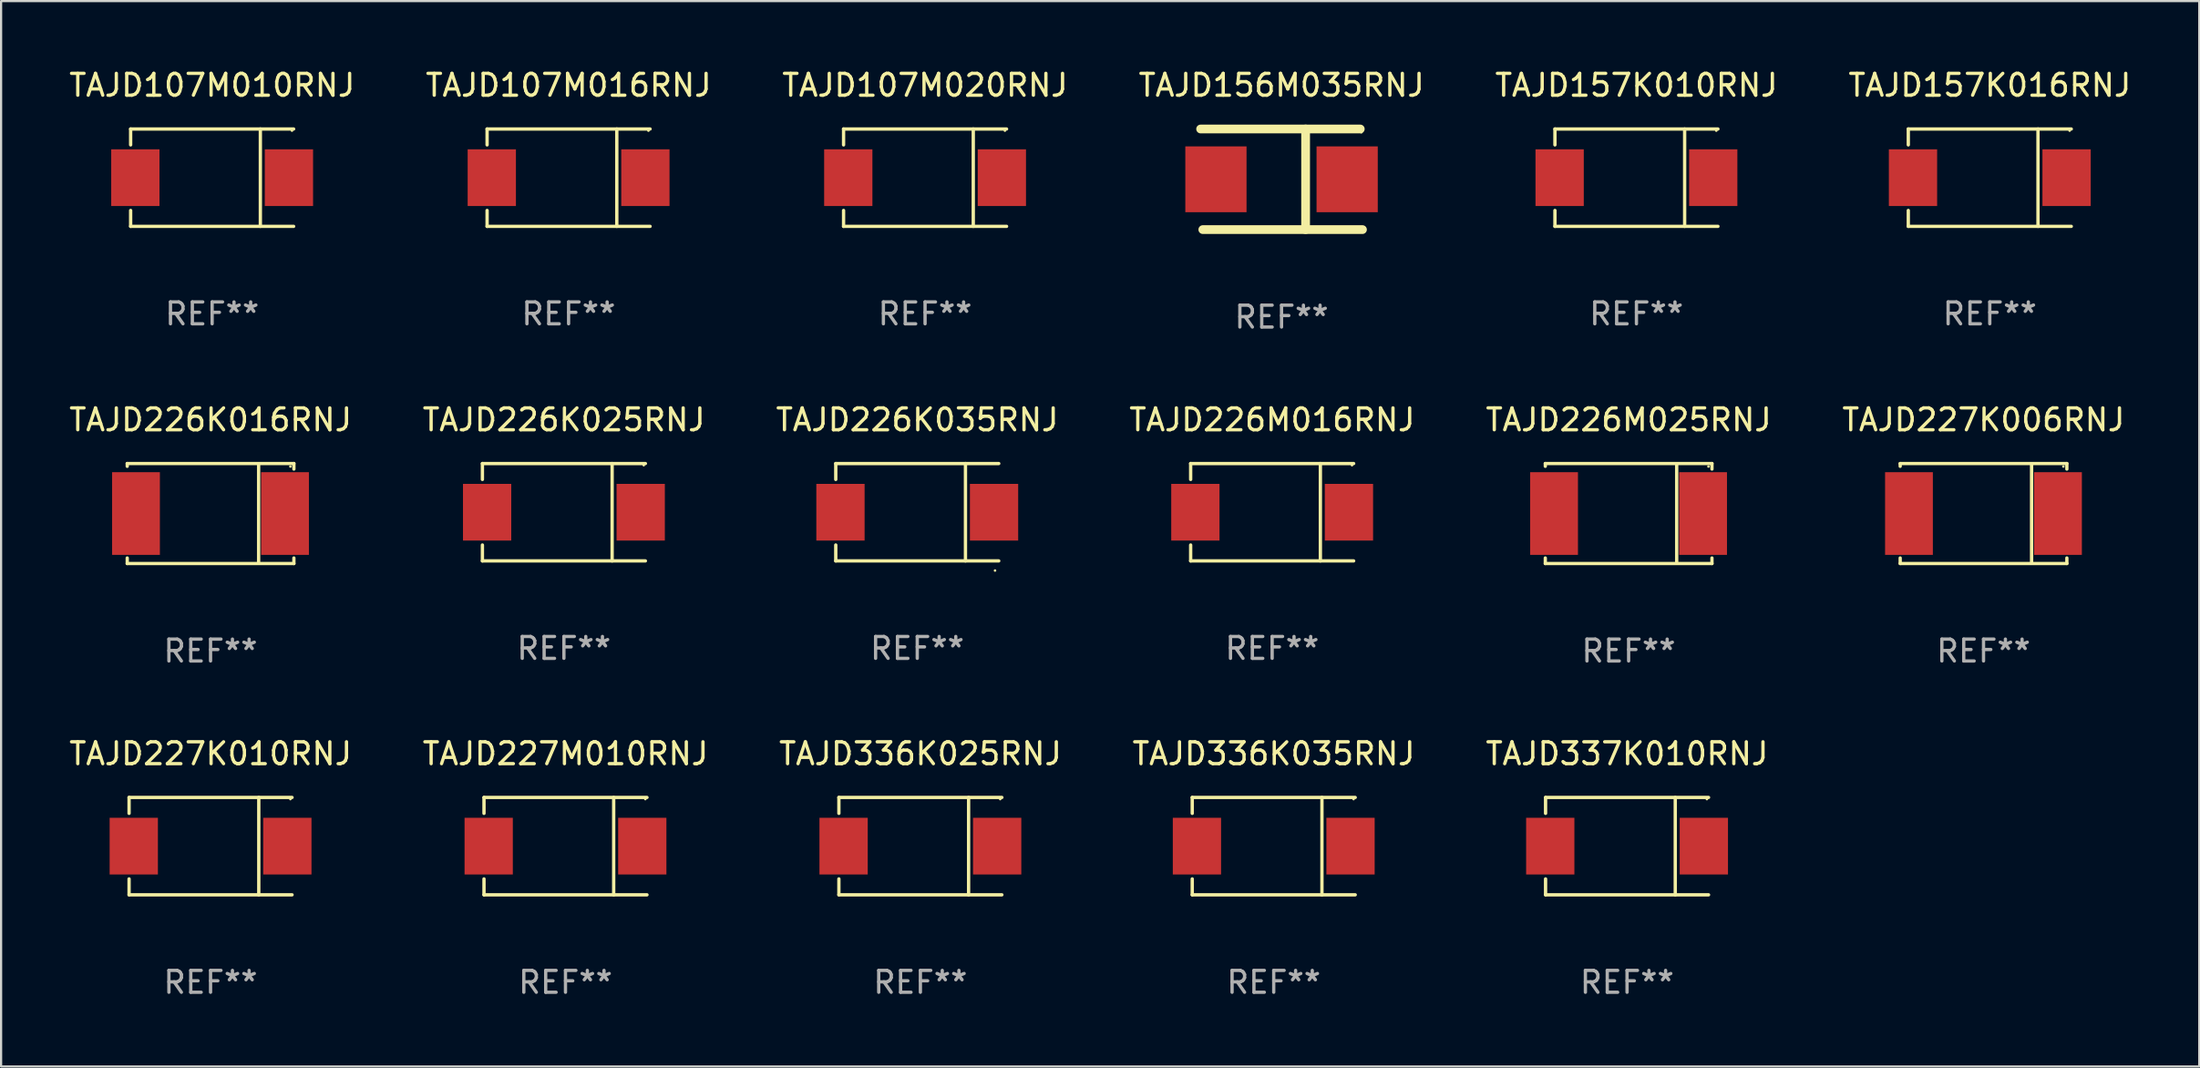
<source format=kicad_pcb>
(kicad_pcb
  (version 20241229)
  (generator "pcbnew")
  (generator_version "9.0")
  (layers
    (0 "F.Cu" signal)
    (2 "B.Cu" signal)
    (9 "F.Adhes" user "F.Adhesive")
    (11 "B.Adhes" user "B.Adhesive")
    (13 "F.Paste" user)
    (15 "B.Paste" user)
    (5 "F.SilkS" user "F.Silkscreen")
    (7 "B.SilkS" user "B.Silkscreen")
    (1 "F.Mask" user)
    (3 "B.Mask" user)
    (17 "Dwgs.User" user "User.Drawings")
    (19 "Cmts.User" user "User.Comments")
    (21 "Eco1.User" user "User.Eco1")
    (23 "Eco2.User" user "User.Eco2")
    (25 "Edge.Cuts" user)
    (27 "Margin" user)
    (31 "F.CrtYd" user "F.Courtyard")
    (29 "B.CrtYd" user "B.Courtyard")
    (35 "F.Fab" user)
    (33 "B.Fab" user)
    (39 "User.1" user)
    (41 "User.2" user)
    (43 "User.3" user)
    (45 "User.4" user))
  (footprint "TAJD107M016RNJ"
    (layer "F.Cu")
    (at 22.946 5.074)
    (property "Reference" "TAJD107M016RNJ" (at 0 -4.226 0) (layer "F.SilkS") (effects (font (size 1 1) (thickness 0.15))))
    (attr through_hole)
    (fp_line (start -3.726 -2.226) (end -3.726 -1.499) (stroke (width 0.152) (type solid)) (layer "F.SilkS"))
    (fp_line (start -3.726 -2.226) (end 3.726 -2.226) (stroke (width 0.152) (type solid)) (layer "F.SilkS"))
    (fp_line (start -3.726 2.226) (end -3.726 1.499) (stroke (width 0.152) (type solid)) (layer "F.SilkS"))
    (fp_line (start -3.726 2.226) (end 3.726 2.226) (stroke (width 0.152) (type solid)) (layer "F.SilkS"))
    (fp_line (start 2.204 -2.226) (end 2.204 2.226) (stroke (width 0.152) (type solid)) (layer "F.SilkS"))
    (fp_circle (center 3.65 -2.15) (end 3.68 -2.15) (stroke (width 0.06) (type solid)) (fill no) (layer "F.SilkS"))
    (fp_text user "REF**" (at 0 6.226 0) (layer "F.Fab") (effects (font (size 1 1) (thickness 0.15))))
    (pad "1" smd rect (at 3.511 0) (size 2.207 2.592) (layers "F.Cu" "F.Mask" "F.Paste"))
    (pad "2" smd rect (at -3.511 0) (size 2.207 2.592) (layers "F.Cu" "F.Mask" "F.Paste")))
  (footprint "TAJD226K025RNJ"
    (layer "F.Cu")
    (at 22.732 20.371)
    (property "Reference" "TAJD226K025RNJ" (at 0 -4.226 0) (layer "F.SilkS") (effects (font (size 1 1) (thickness 0.15))))
    (attr through_hole)
    (fp_line (start -3.726 -2.226) (end -3.726 -1.499) (stroke (width 0.152) (type solid)) (layer "F.SilkS"))
    (fp_line (start -3.726 -2.226) (end 3.726 -2.226) (stroke (width 0.152) (type solid)) (layer "F.SilkS"))
    (fp_line (start -3.726 2.226) (end -3.726 1.499) (stroke (width 0.152) (type solid)) (layer "F.SilkS"))
    (fp_line (start -3.726 2.226) (end 3.726 2.226) (stroke (width 0.152) (type solid)) (layer "F.SilkS"))
    (fp_line (start 2.204 -2.226) (end 2.204 2.226) (stroke (width 0.152) (type solid)) (layer "F.SilkS"))
    (fp_circle (center 3.65 -2.15) (end 3.68 -2.15) (stroke (width 0.06) (type solid)) (fill no) (layer "F.SilkS"))
    (fp_text user "REF**" (at 0 6.226 0) (layer "F.Fab") (effects (font (size 1 1) (thickness 0.15))))
    (pad "1" smd rect (at 3.511 0) (size 2.207 2.592) (layers "F.Cu" "F.Mask" "F.Paste"))
    (pad "2" smd rect (at -3.511 0) (size 2.207 2.592) (layers "F.Cu" "F.Mask" "F.Paste")))
  (footprint "TAJD227K006RNJ"
    (layer "F.Cu")
    (at 87.637 20.431)
    (property "Reference" "TAJD227K006RNJ" (at 0 -4.286 0) (layer "F.SilkS") (effects (font (size 1 1) (thickness 0.15))))
    (attr through_hole)
    (fp_line (start -3.81 -2.286) (end -3.81 -2.159) (stroke (width 0.15) (type solid)) (layer "F.SilkS"))
    (fp_line (start -3.81 2.032) (end -3.81 2.286) (stroke (width 0.15) (type solid)) (layer "F.SilkS"))
    (fp_line (start -3.81 2.286) (end 3.81 2.286) (stroke (width 0.15) (type solid)) (layer "F.SilkS"))
    (fp_line (start 2.197 -2.226) (end 2.197 2.226) (stroke (width 0.152) (type solid)) (layer "F.SilkS"))
    (fp_line (start 3.81 -2.286) (end -3.81 -2.286) (stroke (width 0.15) (type solid)) (layer "F.SilkS"))
    (fp_line (start 3.81 -2.032) (end 3.81 -2.286) (stroke (width 0.15) (type solid)) (layer "F.SilkS"))
    (fp_line (start 3.81 2.286) (end 3.81 2.032) (stroke (width 0.15) (type solid)) (layer "F.SilkS"))
    (fp_circle (center 3.65 -2.15) (end 3.68 -2.15) (stroke (width 0.06) (type solid)) (fill no) (layer "F.SilkS"))
    (fp_text user "REF**" (at 0 6.286 0) (layer "F.Fab") (effects (font (size 1 1) (thickness 0.15))))
    (pad "1" smd rect (at 3.404 0 180) (size 2.185 3.78) (layers "F.Cu" "F.Mask" "F.Paste"))
    (pad "2" smd rect (at -3.409 0 180) (size 2.185 3.78) (layers "F.Cu" "F.Mask" "F.Paste")))
  (footprint "TAJD227K010RNJ"
    (layer "F.Cu")
    (at 6.577 35.639)
    (property "Reference" "TAJD227K010RNJ" (at 0 -4.226 0) (layer "F.SilkS") (effects (font (size 1 1) (thickness 0.15))))
    (attr through_hole)
    (fp_line (start -3.726 -2.226) (end -3.726 -1.499) (stroke (width 0.152) (type solid)) (layer "F.SilkS"))
    (fp_line (start -3.726 -2.226) (end 3.726 -2.226) (stroke (width 0.152) (type solid)) (layer "F.SilkS"))
    (fp_line (start -3.726 2.226) (end -3.726 1.499) (stroke (width 0.152) (type solid)) (layer "F.SilkS"))
    (fp_line (start -3.726 2.226) (end 3.726 2.226) (stroke (width 0.152) (type solid)) (layer "F.SilkS"))
    (fp_line (start 2.204 -2.226) (end 2.204 2.226) (stroke (width 0.152) (type solid)) (layer "F.SilkS"))
    (fp_circle (center 3.65 -2.15) (end 3.68 -2.15) (stroke (width 0.06) (type solid)) (fill no) (layer "F.SilkS"))
    (fp_text user "REF**" (at 0 6.226 0) (layer "F.Fab") (effects (font (size 1 1) (thickness 0.15))))
    (pad "1" smd rect (at 3.511 0) (size 2.207 2.592) (layers "F.Cu" "F.Mask" "F.Paste"))
    (pad "2" smd rect (at -3.511 0) (size 2.207 2.592) (layers "F.Cu" "F.Mask" "F.Paste")))
  (footprint "TAJD157K016RNJ"
    (layer "F.Cu")
    (at 87.923 5.074)
    (property "Reference" "TAJD157K016RNJ" (at 0 -4.226 0) (layer "F.SilkS") (effects (font (size 1 1) (thickness 0.15))))
    (attr through_hole)
    (fp_line (start -3.726 -2.226) (end -3.726 -1.499) (stroke (width 0.152) (type solid)) (layer "F.SilkS"))
    (fp_line (start -3.726 -2.226) (end 3.726 -2.226) (stroke (width 0.152) (type solid)) (layer "F.SilkS"))
    (fp_line (start -3.726 2.226) (end -3.726 1.499) (stroke (width 0.152) (type solid)) (layer "F.SilkS"))
    (fp_line (start -3.726 2.226) (end 3.726 2.226) (stroke (width 0.152) (type solid)) (layer "F.SilkS"))
    (fp_line (start 2.204 -2.226) (end 2.204 2.226) (stroke (width 0.152) (type solid)) (layer "F.SilkS"))
    (fp_circle (center 3.65 -2.15) (end 3.68 -2.15) (stroke (width 0.06) (type solid)) (fill no) (layer "F.SilkS"))
    (fp_text user "REF**" (at 0 6.226 0) (layer "F.Fab") (effects (font (size 1 1) (thickness 0.15))))
    (pad "1" smd rect (at 3.511 0) (size 2.207 2.592) (layers "F.Cu" "F.Mask" "F.Paste"))
    (pad "2" smd rect (at -3.511 0) (size 2.207 2.592) (layers "F.Cu" "F.Mask" "F.Paste")))
  (footprint "TAJD336K025RNJ"
    (layer "F.Cu")
    (at 39.03 35.639)
    (property "Reference" "TAJD336K025RNJ" (at 0 -4.226 0) (layer "F.SilkS") (effects (font (size 1 1) (thickness 0.15))))
    (attr through_hole)
    (fp_line (start -3.726 -2.226) (end -3.726 -1.499) (stroke (width 0.152) (type solid)) (layer "F.SilkS"))
    (fp_line (start -3.726 -2.226) (end 3.726 -2.226) (stroke (width 0.152) (type solid)) (layer "F.SilkS"))
    (fp_line (start -3.726 2.226) (end -3.726 1.499) (stroke (width 0.152) (type solid)) (layer "F.SilkS"))
    (fp_line (start -3.726 2.226) (end 3.726 2.226) (stroke (width 0.152) (type solid)) (layer "F.SilkS"))
    (fp_line (start 2.204 -2.226) (end 2.204 2.226) (stroke (width 0.152) (type solid)) (layer "F.SilkS"))
    (fp_circle (center 3.65 -2.15) (end 3.68 -2.15) (stroke (width 0.06) (type solid)) (fill no) (layer "F.SilkS"))
    (fp_text user "REF**" (at 0 6.226 0) (layer "F.Fab") (effects (font (size 1 1) (thickness 0.15))))
    (pad "1" smd rect (at 3.511 0) (size 2.207 2.592) (layers "F.Cu" "F.Mask" "F.Paste"))
    (pad "2" smd rect (at -3.511 0) (size 2.207 2.592) (layers "F.Cu" "F.Mask" "F.Paste")))
  (footprint "TAJD226K035RNJ"
    (layer "F.Cu")
    (at 38.887 20.371)
    (property "Reference" "TAJD226K035RNJ" (at 0 -4.226 0) (layer "F.SilkS") (effects (font (size 1 1) (thickness 0.15))))
    (attr through_hole)
    (fp_line (start -3.726 -2.226) (end -3.726 -1.499) (stroke (width 0.152) (type solid)) (layer "F.SilkS"))
    (fp_line (start -3.726 -2.226) (end 3.726 -2.226) (stroke (width 0.152) (type solid)) (layer "F.SilkS"))
    (fp_line (start -3.726 2.226) (end -3.726 1.499) (stroke (width 0.152) (type solid)) (layer "F.SilkS"))
    (fp_line (start -3.726 2.226) (end 3.726 2.226) (stroke (width 0.152) (type solid)) (layer "F.SilkS"))
    (fp_line (start 2.204 -2.226) (end 2.204 2.226) (stroke (width 0.152) (type solid)) (layer "F.SilkS"))
    (fp_circle (center 3.556 2.667) (end 3.586 2.667) (stroke (width 0.06) (type solid)) (fill no) (layer "F.SilkS"))
    (fp_text user "REF**" (at 0 6.226 0) (layer "F.Fab") (effects (font (size 1 1) (thickness 0.15))))
    (pad "1" smd rect (at 3.511 0.000051) (size 2.207 2.592) (layers "F.Cu" "F.Mask" "F.Paste"))
    (pad "2" smd rect (at -3.511 0.000051) (size 2.207 2.592) (layers "F.Cu" "F.Mask" "F.Paste")))
  (footprint "TAJD336K035RNJ"
    (layer "F.Cu")
    (at 55.185 35.639)
    (property "Reference" "TAJD336K035RNJ" (at 0 -4.226 0) (layer "F.SilkS") (effects (font (size 1 1) (thickness 0.15))))
    (attr through_hole)
    (fp_line (start -3.726 -2.226) (end -3.726 -1.499) (stroke (width 0.152) (type solid)) (layer "F.SilkS"))
    (fp_line (start -3.726 -2.226) (end 3.726 -2.226) (stroke (width 0.152) (type solid)) (layer "F.SilkS"))
    (fp_line (start -3.726 2.226) (end -3.726 1.499) (stroke (width 0.152) (type solid)) (layer "F.SilkS"))
    (fp_line (start -3.726 2.226) (end 3.726 2.226) (stroke (width 0.152) (type solid)) (layer "F.SilkS"))
    (fp_line (start 2.204 -2.226) (end 2.204 2.226) (stroke (width 0.152) (type solid)) (layer "F.SilkS"))
    (fp_circle (center 3.65 -2.15) (end 3.68 -2.15) (stroke (width 0.06) (type solid)) (fill no) (layer "F.SilkS"))
    (fp_text user "REF**" (at 0 6.226 0) (layer "F.Fab") (effects (font (size 1 1) (thickness 0.15))))
    (pad "1" smd rect (at 3.511 0) (size 2.207 2.592) (layers "F.Cu" "F.Mask" "F.Paste"))
    (pad "2" smd rect (at -3.511 0) (size 2.207 2.592) (layers "F.Cu" "F.Mask" "F.Paste")))
  (footprint "TAJD227M010RNJ"
    (layer "F.Cu")
    (at 22.804 35.639)
    (property "Reference" "TAJD227M010RNJ" (at 0 -4.226 0) (layer "F.SilkS") (effects (font (size 1 1) (thickness 0.15))))
    (attr through_hole)
    (fp_line (start -3.726 -2.226) (end -3.726 -1.499) (stroke (width 0.152) (type solid)) (layer "F.SilkS"))
    (fp_line (start -3.726 -2.226) (end 3.726 -2.226) (stroke (width 0.152) (type solid)) (layer "F.SilkS"))
    (fp_line (start -3.726 2.226) (end -3.726 1.499) (stroke (width 0.152) (type solid)) (layer "F.SilkS"))
    (fp_line (start -3.726 2.226) (end 3.726 2.226) (stroke (width 0.152) (type solid)) (layer "F.SilkS"))
    (fp_line (start 2.204 -2.226) (end 2.204 2.226) (stroke (width 0.152) (type solid)) (layer "F.SilkS"))
    (fp_circle (center 3.65 -2.15) (end 3.68 -2.15) (stroke (width 0.06) (type solid)) (fill no) (layer "F.SilkS"))
    (fp_text user "REF**" (at 0 6.226 0) (layer "F.Fab") (effects (font (size 1 1) (thickness 0.15))))
    (pad "1" smd rect (at 3.511 0) (size 2.207 2.592) (layers "F.Cu" "F.Mask" "F.Paste"))
    (pad "2" smd rect (at -3.511 0) (size 2.207 2.592) (layers "F.Cu" "F.Mask" "F.Paste")))
  (footprint "TAJD337K010RNJ"
    (layer "F.Cu")
    (at 71.339 35.639)
    (property "Reference" "TAJD337K010RNJ" (at 0 -4.226 0) (layer "F.SilkS") (effects (font (size 1 1) (thickness 0.15))))
    (attr through_hole)
    (fp_line (start -3.726 -2.226) (end -3.726 -1.499) (stroke (width 0.152) (type solid)) (layer "F.SilkS"))
    (fp_line (start -3.726 -2.226) (end 3.726 -2.226) (stroke (width 0.152) (type solid)) (layer "F.SilkS"))
    (fp_line (start -3.726 2.226) (end -3.726 1.499) (stroke (width 0.152) (type solid)) (layer "F.SilkS"))
    (fp_line (start -3.726 2.226) (end 3.726 2.226) (stroke (width 0.152) (type solid)) (layer "F.SilkS"))
    (fp_line (start 2.204 -2.226) (end 2.204 2.226) (stroke (width 0.152) (type solid)) (layer "F.SilkS"))
    (fp_circle (center 3.65 -2.15) (end 3.68 -2.15) (stroke (width 0.06) (type solid)) (fill no) (layer "F.SilkS"))
    (fp_text user "REF**" (at 0 6.226 0) (layer "F.Fab") (effects (font (size 1 1) (thickness 0.15))))
    (pad "1" smd rect (at 3.511 0) (size 2.207 2.592) (layers "F.Cu" "F.Mask" "F.Paste"))
    (pad "2" smd rect (at -3.511 0) (size 2.207 2.592) (layers "F.Cu" "F.Mask" "F.Paste")))
  (footprint "TAJD226M016RNJ"
    (layer "F.Cu")
    (at 55.113 20.371)
    (property "Reference" "TAJD226M016RNJ" (at 0 -4.226 0) (layer "F.SilkS") (effects (font (size 1 1) (thickness 0.15))))
    (attr through_hole)
    (fp_line (start -3.726 -2.226) (end -3.726 -1.499) (stroke (width 0.152) (type solid)) (layer "F.SilkS"))
    (fp_line (start -3.726 -2.226) (end 3.726 -2.226) (stroke (width 0.152) (type solid)) (layer "F.SilkS"))
    (fp_line (start -3.726 2.226) (end -3.726 1.499) (stroke (width 0.152) (type solid)) (layer "F.SilkS"))
    (fp_line (start -3.726 2.226) (end 3.726 2.226) (stroke (width 0.152) (type solid)) (layer "F.SilkS"))
    (fp_line (start 2.204 -2.226) (end 2.204 2.226) (stroke (width 0.152) (type solid)) (layer "F.SilkS"))
    (fp_circle (center 3.65 -2.15) (end 3.68 -2.15) (stroke (width 0.06) (type solid)) (fill no) (layer "F.SilkS"))
    (fp_text user "REF**" (at 0 6.226 0) (layer "F.Fab") (effects (font (size 1 1) (thickness 0.15))))
    (pad "1" smd rect (at 3.511 0) (size 2.207 2.592) (layers "F.Cu" "F.Mask" "F.Paste"))
    (pad "2" smd rect (at -3.511 0) (size 2.207 2.592) (layers "F.Cu" "F.Mask" "F.Paste")))
  (footprint "TAJD156M035RNJ"
    (layer "F.Cu")
    (at 55.542 5.148)
    (property "Reference" "TAJD156M035RNJ" (at 0 -4.3 0) (layer "F.SilkS") (effects (font (size 1 1) (thickness 0.15))))
    (attr through_hole)
    (fp_line (start -3.7 -2.3) (end 3.6 -2.3) (stroke (width 0.4) (type solid)) (layer "F.SilkS"))
    (fp_line (start 1.1 2.3) (end 1.101 -2.3) (stroke (width 0.4) (type solid)) (layer "F.SilkS"))
    (fp_line (start 3.7 2.3) (end -3.6 2.3) (stroke (width 0.4) (type solid)) (layer "F.SilkS"))
    (fp_circle (center 3.65 -2.15) (end 3.68 -2.15) (stroke (width 0.06) (type solid)) (fill no) (layer "F.SilkS"))
    (fp_text user "REF**" (at 0 6.3 0) (layer "F.Fab") (effects (font (size 1 1) (thickness 0.15))))
    (pad "1" smd rect (at 3 0 180) (size 2.799 3.01) (layers "F.Cu" "F.Mask" "F.Paste"))
    (pad "2" smd rect (at -3 0 180) (size 2.799 3.01) (layers "F.Cu" "F.Mask" "F.Paste")))
  (footprint "TAJD157K010RNJ"
    (layer "F.Cu")
    (at 71.768 5.074)
    (property "Reference" "TAJD157K010RNJ" (at 0 -4.226 0) (layer "F.SilkS") (effects (font (size 1 1) (thickness 0.15))))
    (attr through_hole)
    (fp_line (start -3.726 -2.226) (end -3.726 -1.499) (stroke (width 0.152) (type solid)) (layer "F.SilkS"))
    (fp_line (start -3.726 -2.226) (end 3.726 -2.226) (stroke (width 0.152) (type solid)) (layer "F.SilkS"))
    (fp_line (start -3.726 2.226) (end -3.726 1.499) (stroke (width 0.152) (type solid)) (layer "F.SilkS"))
    (fp_line (start -3.726 2.226) (end 3.726 2.226) (stroke (width 0.152) (type solid)) (layer "F.SilkS"))
    (fp_line (start 2.204 -2.226) (end 2.204 2.226) (stroke (width 0.152) (type solid)) (layer "F.SilkS"))
    (fp_circle (center 3.65 -2.15) (end 3.68 -2.15) (stroke (width 0.06) (type solid)) (fill no) (layer "F.SilkS"))
    (fp_text user "REF**" (at 0 6.226 0) (layer "F.Fab") (effects (font (size 1 1) (thickness 0.15))))
    (pad "1" smd rect (at 3.511 0) (size 2.207 2.592) (layers "F.Cu" "F.Mask" "F.Paste"))
    (pad "2" smd rect (at -3.511 0) (size 2.207 2.592) (layers "F.Cu" "F.Mask" "F.Paste")))
  (footprint "TAJD107M020RNJ"
    (layer "F.Cu")
    (at 39.244 5.074)
    (property "Reference" "TAJD107M020RNJ" (at 0 -4.226 0) (layer "F.SilkS") (effects (font (size 1 1) (thickness 0.15))))
    (attr through_hole)
    (fp_line (start -3.726 -2.226) (end -3.726 -1.499) (stroke (width 0.152) (type solid)) (layer "F.SilkS"))
    (fp_line (start -3.726 -2.226) (end 3.726 -2.226) (stroke (width 0.152) (type solid)) (layer "F.SilkS"))
    (fp_line (start -3.726 2.226) (end -3.726 1.499) (stroke (width 0.152) (type solid)) (layer "F.SilkS"))
    (fp_line (start -3.726 2.226) (end 3.726 2.226) (stroke (width 0.152) (type solid)) (layer "F.SilkS"))
    (fp_line (start 2.204 -2.226) (end 2.204 2.226) (stroke (width 0.152) (type solid)) (layer "F.SilkS"))
    (fp_circle (center 3.65 -2.15) (end 3.68 -2.15) (stroke (width 0.06) (type solid)) (fill no) (layer "F.SilkS"))
    (fp_text user "REF**" (at 0 6.226 0) (layer "F.Fab") (effects (font (size 1 1) (thickness 0.15))))
    (pad "1" smd rect (at 3.511 0) (size 2.207 2.592) (layers "F.Cu" "F.Mask" "F.Paste"))
    (pad "2" smd rect (at -3.511 0) (size 2.207 2.592) (layers "F.Cu" "F.Mask" "F.Paste")))
  (footprint "TAJD226K016RNJ"
    (layer "F.Cu")
    (at 6.577 20.431)
    (property "Reference" "TAJD226K016RNJ" (at 0 -4.286 0) (layer "F.SilkS") (effects (font (size 1 1) (thickness 0.15))))
    (attr through_hole)
    (fp_line (start -3.81 -2.286) (end -3.81 -2.159) (stroke (width 0.15) (type solid)) (layer "F.SilkS"))
    (fp_line (start -3.81 2.032) (end -3.81 2.286) (stroke (width 0.15) (type solid)) (layer "F.SilkS"))
    (fp_line (start -3.81 2.286) (end 3.81 2.286) (stroke (width 0.15) (type solid)) (layer "F.SilkS"))
    (fp_line (start 2.197 -2.226) (end 2.197 2.226) (stroke (width 0.152) (type solid)) (layer "F.SilkS"))
    (fp_line (start 3.81 -2.286) (end -3.81 -2.286) (stroke (width 0.15) (type solid)) (layer "F.SilkS"))
    (fp_line (start 3.81 -2.032) (end 3.81 -2.286) (stroke (width 0.15) (type solid)) (layer "F.SilkS"))
    (fp_line (start 3.81 2.286) (end 3.81 2.032) (stroke (width 0.15) (type solid)) (layer "F.SilkS"))
    (fp_circle (center 3.65 -2.15) (end 3.68 -2.15) (stroke (width 0.06) (type solid)) (fill no) (layer "F.SilkS"))
    (fp_text user "REF**" (at 0 6.286 0) (layer "F.Fab") (effects (font (size 1 1) (thickness 0.15))))
    (pad "1" smd rect (at 3.404 0 180) (size 2.185 3.78) (layers "F.Cu" "F.Mask" "F.Paste"))
    (pad "2" smd rect (at -3.409 0 180) (size 2.185 3.78) (layers "F.Cu" "F.Mask" "F.Paste")))
  (footprint "TAJD107M010RNJ"
    (layer "F.Cu")
    (at 6.649 5.074)
    (property "Reference" "TAJD107M010RNJ" (at 0 -4.226 0) (layer "F.SilkS") (effects (font (size 1 1) (thickness 0.15))))
    (attr through_hole)
    (fp_line (start -3.726 -2.226) (end -3.726 -1.499) (stroke (width 0.152) (type solid)) (layer "F.SilkS"))
    (fp_line (start -3.726 -2.226) (end 3.726 -2.226) (stroke (width 0.152) (type solid)) (layer "F.SilkS"))
    (fp_line (start -3.726 2.226) (end -3.726 1.499) (stroke (width 0.152) (type solid)) (layer "F.SilkS"))
    (fp_line (start -3.726 2.226) (end 3.726 2.226) (stroke (width 0.152) (type solid)) (layer "F.SilkS"))
    (fp_line (start 2.204 -2.226) (end 2.204 2.226) (stroke (width 0.152) (type solid)) (layer "F.SilkS"))
    (fp_circle (center 3.65 -2.15) (end 3.68 -2.15) (stroke (width 0.06) (type solid)) (fill no) (layer "F.SilkS"))
    (fp_text user "REF**" (at 0 6.226 0) (layer "F.Fab") (effects (font (size 1 1) (thickness 0.15))))
    (pad "1" smd rect (at 3.511 0) (size 2.207 2.592) (layers "F.Cu" "F.Mask" "F.Paste"))
    (pad "2" smd rect (at -3.511 0) (size 2.207 2.592) (layers "F.Cu" "F.Mask" "F.Paste")))
  (footprint "TAJD226M025RNJ"
    (layer "F.Cu")
    (at 71.411 20.431)
    (property "Reference" "TAJD226M025RNJ" (at 0 -4.286 0) (layer "F.SilkS") (effects (font (size 1 1) (thickness 0.15))))
    (attr through_hole)
    (fp_line (start -3.81 -2.286) (end -3.81 -2.159) (stroke (width 0.15) (type solid)) (layer "F.SilkS"))
    (fp_line (start -3.81 2.032) (end -3.81 2.286) (stroke (width 0.15) (type solid)) (layer "F.SilkS"))
    (fp_line (start -3.81 2.286) (end 3.81 2.286) (stroke (width 0.15) (type solid)) (layer "F.SilkS"))
    (fp_line (start 2.197 -2.226) (end 2.197 2.226) (stroke (width 0.152) (type solid)) (layer "F.SilkS"))
    (fp_line (start 3.81 -2.286) (end -3.81 -2.286) (stroke (width 0.15) (type solid)) (layer "F.SilkS"))
    (fp_line (start 3.81 -2.032) (end 3.81 -2.286) (stroke (width 0.15) (type solid)) (layer "F.SilkS"))
    (fp_line (start 3.81 2.286) (end 3.81 2.032) (stroke (width 0.15) (type solid)) (layer "F.SilkS"))
    (fp_circle (center 3.65 -2.15) (end 3.68 -2.15) (stroke (width 0.06) (type solid)) (fill no) (layer "F.SilkS"))
    (fp_text user "REF**" (at 0 6.286 0) (layer "F.Fab") (effects (font (size 1 1) (thickness 0.15))))
    (pad "1" smd rect (at 3.404 0 180) (size 2.185 3.78) (layers "F.Cu" "F.Mask" "F.Paste"))
    (pad "2" smd rect (at -3.409 0 180) (size 2.185 3.78) (layers "F.Cu" "F.Mask" "F.Paste")))
  (gr_rect
    (start -3 -3)
    (end 97.5 45.714)
    (stroke (width 0.1) (type default))
    (fill no)
    (layer "Edge.Cuts")))
</source>
